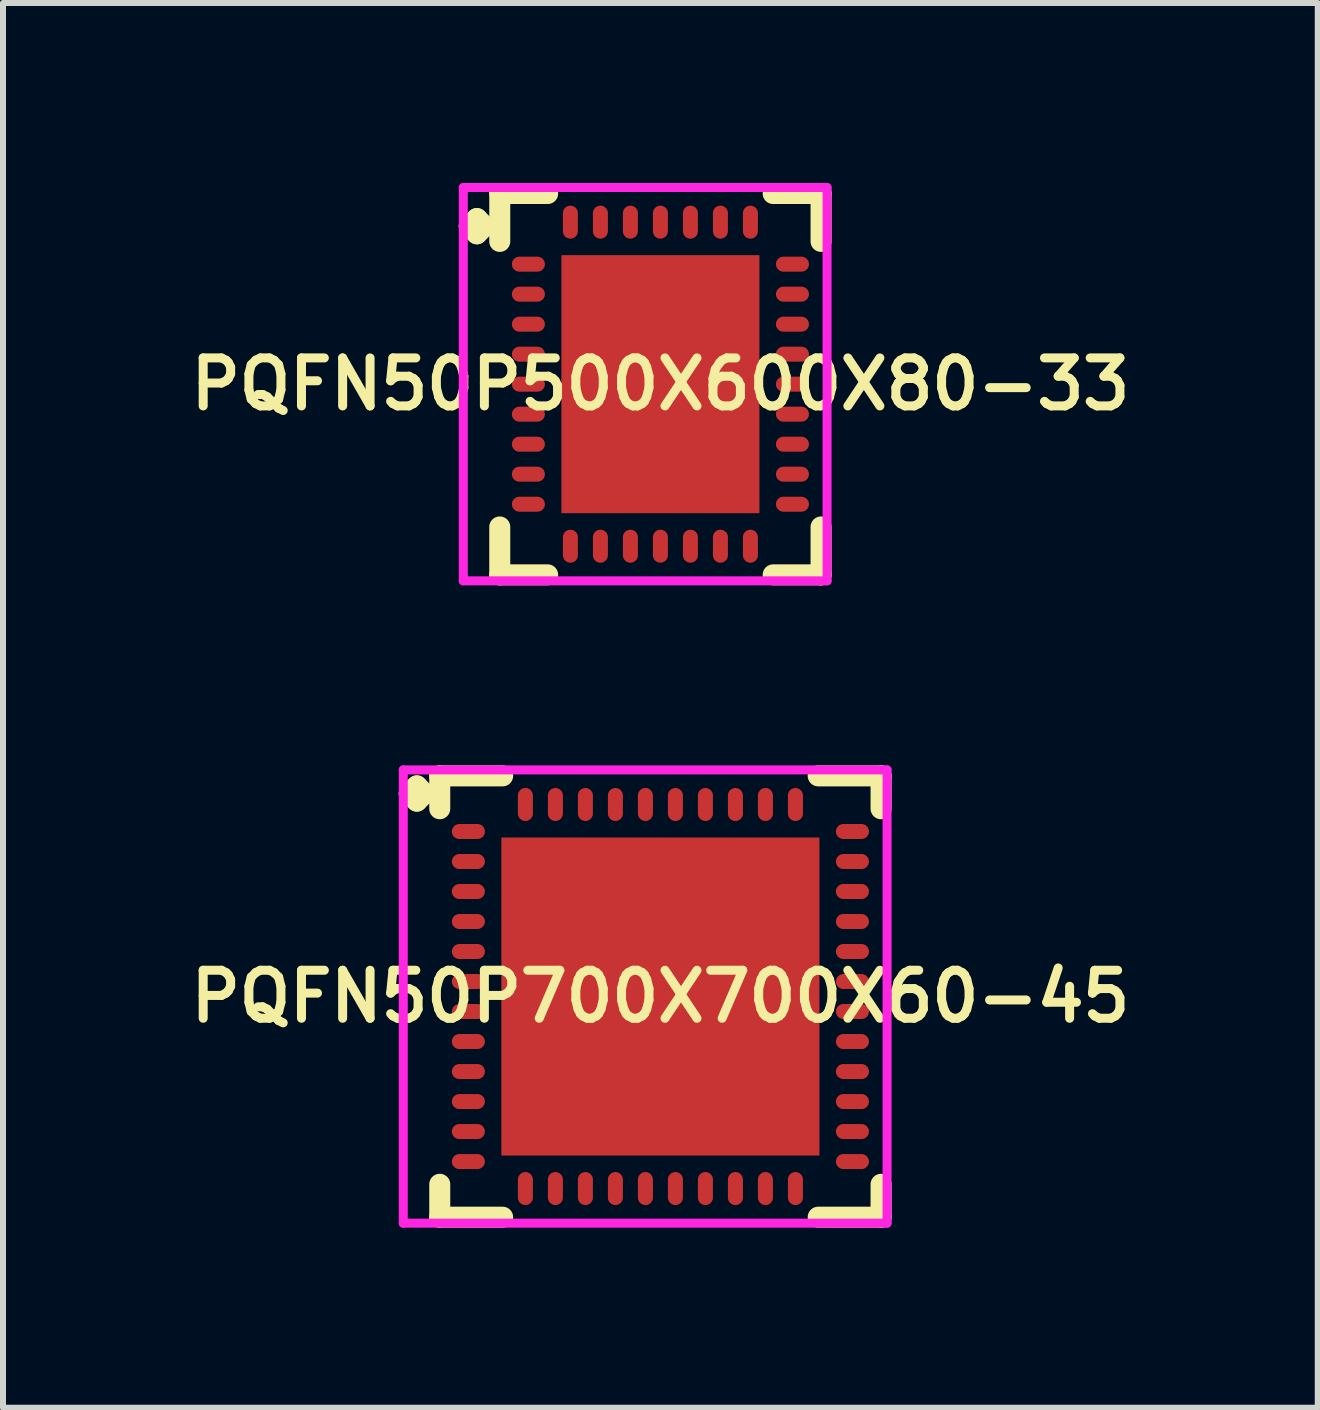
<source format=kicad_pcb>
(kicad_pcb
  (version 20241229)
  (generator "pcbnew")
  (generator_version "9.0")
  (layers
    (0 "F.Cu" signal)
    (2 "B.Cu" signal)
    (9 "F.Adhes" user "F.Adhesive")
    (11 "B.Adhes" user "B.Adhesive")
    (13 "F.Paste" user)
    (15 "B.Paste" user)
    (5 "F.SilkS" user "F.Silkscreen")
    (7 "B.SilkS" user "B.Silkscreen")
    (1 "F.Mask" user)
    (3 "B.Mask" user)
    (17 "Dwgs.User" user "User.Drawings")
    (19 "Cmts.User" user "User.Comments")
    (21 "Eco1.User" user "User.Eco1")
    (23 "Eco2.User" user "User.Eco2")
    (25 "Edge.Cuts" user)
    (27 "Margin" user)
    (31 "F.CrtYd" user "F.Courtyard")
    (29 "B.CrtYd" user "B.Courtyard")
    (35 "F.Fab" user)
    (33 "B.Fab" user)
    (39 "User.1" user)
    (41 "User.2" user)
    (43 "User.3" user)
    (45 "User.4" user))
  (footprint "PQFN50P700X700X60-45"
    (layer "F.Cu")
    (at 7.955 13.556)
    (property "Reference" "PQFN50P700X700X60-45" (at 0 0 0) (layer "F.SilkS") (effects (font (size 0.8 0.8) (thickness 0.15))))
    (attr smd)
    (fp_line (start -4.185 -3.383) (end -4.058 -3.51) (stroke (width 0.35) (type solid)) (layer "F.SilkS"))
    (fp_line (start -4.058 -3.51) (end -3.931 -3.383) (stroke (width 0.35) (type solid)) (layer "F.SilkS"))
    (fp_line (start -4.058 -3.256) (end -4.185 -3.383) (stroke (width 0.35) (type solid)) (layer "F.SilkS"))
    (fp_line (start -3.931 -3.383) (end -4.058 -3.256) (stroke (width 0.35) (type solid)) (layer "F.SilkS"))
    (fp_line (start -3.677 -3.677) (end -2.629 -3.677) (stroke (width 0.35) (type solid)) (layer "F.SilkS"))
    (fp_line (start -3.677 -3.129) (end -3.677 -3.677) (stroke (width 0.35) (type solid)) (layer "F.SilkS"))
    (fp_line (start -3.677 3.129) (end -3.677 3.677) (stroke (width 0.35) (type solid)) (layer "F.SilkS"))
    (fp_line (start -3.677 3.677) (end -2.629 3.677) (stroke (width 0.35) (type solid)) (layer "F.SilkS"))
    (fp_line (start 2.629 -3.677) (end 3.677 -3.677) (stroke (width 0.35) (type solid)) (layer "F.SilkS"))
    (fp_line (start 2.629 3.677) (end 3.677 3.677) (stroke (width 0.35) (type solid)) (layer "F.SilkS"))
    (fp_line (start 3.677 -3.677) (end 3.677 -3.129) (stroke (width 0.35) (type solid)) (layer "F.SilkS"))
    (fp_line (start 3.677 3.677) (end 3.677 3.129) (stroke (width 0.35) (type solid)) (layer "F.SilkS"))
    (fp_line (start -4.285 -3.777) (end 3.777 -3.777) (stroke (width 0.15) (type solid)) (layer "F.CrtYd"))
    (fp_line (start -4.285 3.777) (end -4.285 -3.777) (stroke (width 0.15) (type solid)) (layer "F.CrtYd"))
    (fp_line (start 3.777 -3.777) (end 3.777 3.777) (stroke (width 0.15) (type solid)) (layer "F.CrtYd"))
    (fp_line (start 3.777 3.777) (end -4.285 3.777) (stroke (width 0.15) (type solid)) (layer "F.CrtYd"))
    (pad "1" smd oval (at -3.2 -2.75) (size 0.55 0.25) (layers "F.Cu" "F.Mask" "F.Paste"))
    (pad "2" smd oval (at -3.2 -2.25) (size 0.55 0.25) (layers "F.Cu" "F.Mask" "F.Paste"))
    (pad "3" smd oval (at -3.2 -1.75) (size 0.55 0.25) (layers "F.Cu" "F.Mask" "F.Paste"))
    (pad "4" smd oval (at -3.2 -1.25) (size 0.55 0.25) (layers "F.Cu" "F.Mask" "F.Paste"))
    (pad "5" smd oval (at -3.2 -0.75) (size 0.55 0.25) (layers "F.Cu" "F.Mask" "F.Paste"))
    (pad "6" smd oval (at -3.2 -0.25) (size 0.55 0.25) (layers "F.Cu" "F.Mask" "F.Paste"))
    (pad "7" smd oval (at -3.2 0.25) (size 0.55 0.25) (layers "F.Cu" "F.Mask" "F.Paste"))
    (pad "8" smd oval (at -3.2 0.75) (size 0.55 0.25) (layers "F.Cu" "F.Mask" "F.Paste"))
    (pad "9" smd oval (at -3.2 1.25) (size 0.55 0.25) (layers "F.Cu" "F.Mask" "F.Paste"))
    (pad "10" smd oval (at -3.2 1.75) (size 0.55 0.25) (layers "F.Cu" "F.Mask" "F.Paste"))
    (pad "11" smd oval (at -3.2 2.25) (size 0.55 0.25) (layers "F.Cu" "F.Mask" "F.Paste"))
    (pad "12" smd oval (at -3.2 2.75) (size 0.55 0.25) (layers "F.Cu" "F.Mask" "F.Paste"))
    (pad "13" smd oval (at -2.25 3.2) (size 0.25 0.55) (layers "F.Cu" "F.Mask" "F.Paste"))
    (pad "14" smd oval (at -1.75 3.2) (size 0.25 0.55) (layers "F.Cu" "F.Mask" "F.Paste"))
    (pad "15" smd oval (at -1.25 3.2) (size 0.25 0.55) (layers "F.Cu" "F.Mask" "F.Paste"))
    (pad "16" smd oval (at -0.75 3.2) (size 0.25 0.55) (layers "F.Cu" "F.Mask" "F.Paste"))
    (pad "17" smd oval (at -0.25 3.2) (size 0.25 0.55) (layers "F.Cu" "F.Mask" "F.Paste"))
    (pad "18" smd oval (at 0.25 3.2) (size 0.25 0.55) (layers "F.Cu" "F.Mask" "F.Paste"))
    (pad "19" smd oval (at 0.75 3.2) (size 0.25 0.55) (layers "F.Cu" "F.Mask" "F.Paste"))
    (pad "20" smd oval (at 1.25 3.2) (size 0.25 0.55) (layers "F.Cu" "F.Mask" "F.Paste"))
    (pad "21" smd oval (at 1.75 3.2) (size 0.25 0.55) (layers "F.Cu" "F.Mask" "F.Paste"))
    (pad "22" smd oval (at 2.25 3.2) (size 0.25 0.55) (layers "F.Cu" "F.Mask" "F.Paste"))
    (pad "23" smd oval (at 3.2 2.75) (size 0.55 0.25) (layers "F.Cu" "F.Mask" "F.Paste"))
    (pad "24" smd oval (at 3.2 2.25) (size 0.55 0.25) (layers "F.Cu" "F.Mask" "F.Paste"))
    (pad "25" smd oval (at 3.2 1.75) (size 0.55 0.25) (layers "F.Cu" "F.Mask" "F.Paste"))
    (pad "26" smd oval (at 3.2 1.25) (size 0.55 0.25) (layers "F.Cu" "F.Mask" "F.Paste"))
    (pad "27" smd oval (at 3.2 0.75) (size 0.55 0.25) (layers "F.Cu" "F.Mask" "F.Paste"))
    (pad "28" smd oval (at 3.2 0.25) (size 0.55 0.25) (layers "F.Cu" "F.Mask" "F.Paste"))
    (pad "29" smd oval (at 3.2 -0.25) (size 0.55 0.25) (layers "F.Cu" "F.Mask" "F.Paste"))
    (pad "30" smd oval (at 3.2 -0.75) (size 0.55 0.25) (layers "F.Cu" "F.Mask" "F.Paste"))
    (pad "31" smd oval (at 3.2 -1.25) (size 0.55 0.25) (layers "F.Cu" "F.Mask" "F.Paste"))
    (pad "32" smd oval (at 3.2 -1.75) (size 0.55 0.25) (layers "F.Cu" "F.Mask" "F.Paste"))
    (pad "33" smd oval (at 3.2 -2.25) (size 0.55 0.25) (layers "F.Cu" "F.Mask" "F.Paste"))
    (pad "34" smd oval (at 3.2 -2.75) (size 0.55 0.25) (layers "F.Cu" "F.Mask" "F.Paste"))
    (pad "35" smd oval (at 2.25 -3.2) (size 0.25 0.55) (layers "F.Cu" "F.Mask" "F.Paste"))
    (pad "36" smd oval (at 1.75 -3.2) (size 0.25 0.55) (layers "F.Cu" "F.Mask" "F.Paste"))
    (pad "37" smd oval (at 1.25 -3.2) (size 0.25 0.55) (layers "F.Cu" "F.Mask" "F.Paste"))
    (pad "38" smd oval (at 0.75 -3.2) (size 0.25 0.55) (layers "F.Cu" "F.Mask" "F.Paste"))
    (pad "39" smd oval (at 0.25 -3.2) (size 0.25 0.55) (layers "F.Cu" "F.Mask" "F.Paste"))
    (pad "40" smd oval (at -0.25 -3.2) (size 0.25 0.55) (layers "F.Cu" "F.Mask" "F.Paste"))
    (pad "41" smd oval (at -0.75 -3.2) (size 0.25 0.55) (layers "F.Cu" "F.Mask" "F.Paste"))
    (pad "42" smd oval (at -1.25 -3.2) (size 0.25 0.55) (layers "F.Cu" "F.Mask" "F.Paste"))
    (pad "43" smd oval (at -1.75 -3.2) (size 0.25 0.55) (layers "F.Cu" "F.Mask" "F.Paste"))
    (pad "44" smd oval (at -2.25 -3.2) (size 0.25 0.55) (layers "F.Cu" "F.Mask" "F.Paste"))
    (pad "45" smd rect (at 0 0) (size 5.3 5.3) (layers "F.Cu" "F.Mask" "F.Paste")))
  (footprint "PQFN50P500X600X80-33"
    (layer "F.Cu")
    (at 7.955 3.352)
    (property "Reference" "PQFN50P500X600X80-33" (at 0 0 0) (layer "F.SilkS") (effects (font (size 0.8 0.8) (thickness 0.15))))
    (attr smd)
    (fp_line (start -3.185 -2.633) (end -3.058 -2.76) (stroke (width 0.35) (type solid)) (layer "F.SilkS"))
    (fp_line (start -3.058 -2.76) (end -2.931 -2.633) (stroke (width 0.35) (type solid)) (layer "F.SilkS"))
    (fp_line (start -3.058 -2.506) (end -3.185 -2.633) (stroke (width 0.35) (type solid)) (layer "F.SilkS"))
    (fp_line (start -2.931 -2.633) (end -3.058 -2.506) (stroke (width 0.35) (type solid)) (layer "F.SilkS"))
    (fp_line (start -2.677 -3.177) (end -1.879 -3.177) (stroke (width 0.35) (type solid)) (layer "F.SilkS"))
    (fp_line (start -2.677 -2.379) (end -2.677 -3.177) (stroke (width 0.35) (type solid)) (layer "F.SilkS"))
    (fp_line (start -2.677 2.379) (end -2.677 3.177) (stroke (width 0.35) (type solid)) (layer "F.SilkS"))
    (fp_line (start -2.677 3.177) (end -1.879 3.177) (stroke (width 0.35) (type solid)) (layer "F.SilkS"))
    (fp_line (start 1.879 -3.177) (end 2.677 -3.177) (stroke (width 0.35) (type solid)) (layer "F.SilkS"))
    (fp_line (start 1.879 3.177) (end 2.677 3.177) (stroke (width 0.35) (type solid)) (layer "F.SilkS"))
    (fp_line (start 2.677 -3.177) (end 2.677 -2.379) (stroke (width 0.35) (type solid)) (layer "F.SilkS"))
    (fp_line (start 2.677 3.177) (end 2.677 2.379) (stroke (width 0.35) (type solid)) (layer "F.SilkS"))
    (fp_line (start -3.285 -3.277) (end 2.777 -3.277) (stroke (width 0.15) (type solid)) (layer "F.CrtYd"))
    (fp_line (start -3.285 3.277) (end -3.285 -3.277) (stroke (width 0.15) (type solid)) (layer "F.CrtYd"))
    (fp_line (start 2.777 -3.277) (end 2.777 3.277) (stroke (width 0.15) (type solid)) (layer "F.CrtYd"))
    (fp_line (start 2.777 3.277) (end -3.285 3.277) (stroke (width 0.15) (type solid)) (layer "F.CrtYd"))
    (pad "1" smd oval (at -2.2 -2) (size 0.55 0.25) (layers "F.Cu" "F.Mask" "F.Paste"))
    (pad "2" smd oval (at -2.2 -1.5) (size 0.55 0.25) (layers "F.Cu" "F.Mask" "F.Paste"))
    (pad "3" smd oval (at -2.2 -1) (size 0.55 0.25) (layers "F.Cu" "F.Mask" "F.Paste"))
    (pad "4" smd oval (at -2.2 -0.5) (size 0.55 0.25) (layers "F.Cu" "F.Mask" "F.Paste"))
    (pad "5" smd oval (at -2.2 0) (size 0.55 0.25) (layers "F.Cu" "F.Mask" "F.Paste"))
    (pad "6" smd oval (at -2.2 0.5) (size 0.55 0.25) (layers "F.Cu" "F.Mask" "F.Paste"))
    (pad "7" smd oval (at -2.2 1) (size 0.55 0.25) (layers "F.Cu" "F.Mask" "F.Paste"))
    (pad "8" smd oval (at -2.2 1.5) (size 0.55 0.25) (layers "F.Cu" "F.Mask" "F.Paste"))
    (pad "9" smd oval (at -2.2 2) (size 0.55 0.25) (layers "F.Cu" "F.Mask" "F.Paste"))
    (pad "10" smd oval (at -1.5 2.7) (size 0.25 0.55) (layers "F.Cu" "F.Mask" "F.Paste"))
    (pad "11" smd oval (at -1 2.7) (size 0.25 0.55) (layers "F.Cu" "F.Mask" "F.Paste"))
    (pad "12" smd oval (at -0.5 2.7) (size 0.25 0.55) (layers "F.Cu" "F.Mask" "F.Paste"))
    (pad "13" smd oval (at 0 2.7) (size 0.25 0.55) (layers "F.Cu" "F.Mask" "F.Paste"))
    (pad "14" smd oval (at 0.5 2.7) (size 0.25 0.55) (layers "F.Cu" "F.Mask" "F.Paste"))
    (pad "15" smd oval (at 1 2.7) (size 0.25 0.55) (layers "F.Cu" "F.Mask" "F.Paste"))
    (pad "16" smd oval (at 1.5 2.7) (size 0.25 0.55) (layers "F.Cu" "F.Mask" "F.Paste"))
    (pad "17" smd oval (at 2.2 2) (size 0.55 0.25) (layers "F.Cu" "F.Mask" "F.Paste"))
    (pad "18" smd oval (at 2.2 1.5) (size 0.55 0.25) (layers "F.Cu" "F.Mask" "F.Paste"))
    (pad "19" smd oval (at 2.2 1) (size 0.55 0.25) (layers "F.Cu" "F.Mask" "F.Paste"))
    (pad "20" smd oval (at 2.2 0.5) (size 0.55 0.25) (layers "F.Cu" "F.Mask" "F.Paste"))
    (pad "21" smd oval (at 2.2 0) (size 0.55 0.25) (layers "F.Cu" "F.Mask" "F.Paste"))
    (pad "22" smd oval (at 2.2 -0.5) (size 0.55 0.25) (layers "F.Cu" "F.Mask" "F.Paste"))
    (pad "23" smd oval (at 2.2 -1) (size 0.55 0.25) (layers "F.Cu" "F.Mask" "F.Paste"))
    (pad "24" smd oval (at 2.2 -1.5) (size 0.55 0.25) (layers "F.Cu" "F.Mask" "F.Paste"))
    (pad "25" smd oval (at 2.2 -2) (size 0.55 0.25) (layers "F.Cu" "F.Mask" "F.Paste"))
    (pad "26" smd oval (at 1.5 -2.7) (size 0.25 0.55) (layers "F.Cu" "F.Mask" "F.Paste"))
    (pad "27" smd oval (at 1 -2.7) (size 0.25 0.55) (layers "F.Cu" "F.Mask" "F.Paste"))
    (pad "28" smd oval (at 0.5 -2.7) (size 0.25 0.55) (layers "F.Cu" "F.Mask" "F.Paste"))
    (pad "29" smd oval (at 0 -2.7) (size 0.25 0.55) (layers "F.Cu" "F.Mask" "F.Paste"))
    (pad "30" smd oval (at -0.5 -2.7) (size 0.25 0.55) (layers "F.Cu" "F.Mask" "F.Paste"))
    (pad "31" smd oval (at -1 -2.7) (size 0.25 0.55) (layers "F.Cu" "F.Mask" "F.Paste"))
    (pad "32" smd oval (at -1.5 -2.7) (size 0.25 0.55) (layers "F.Cu" "F.Mask" "F.Paste"))
    (pad "33" smd rect (at 0 0) (size 3.3 4.3) (layers "F.Cu" "F.Mask" "F.Paste")))
  (gr_rect
    (start -3 -3)
    (end 18.909 20.408)
    (stroke (width 0.1) (type default))
    (fill no)
    (layer "Edge.Cuts")))
</source>
